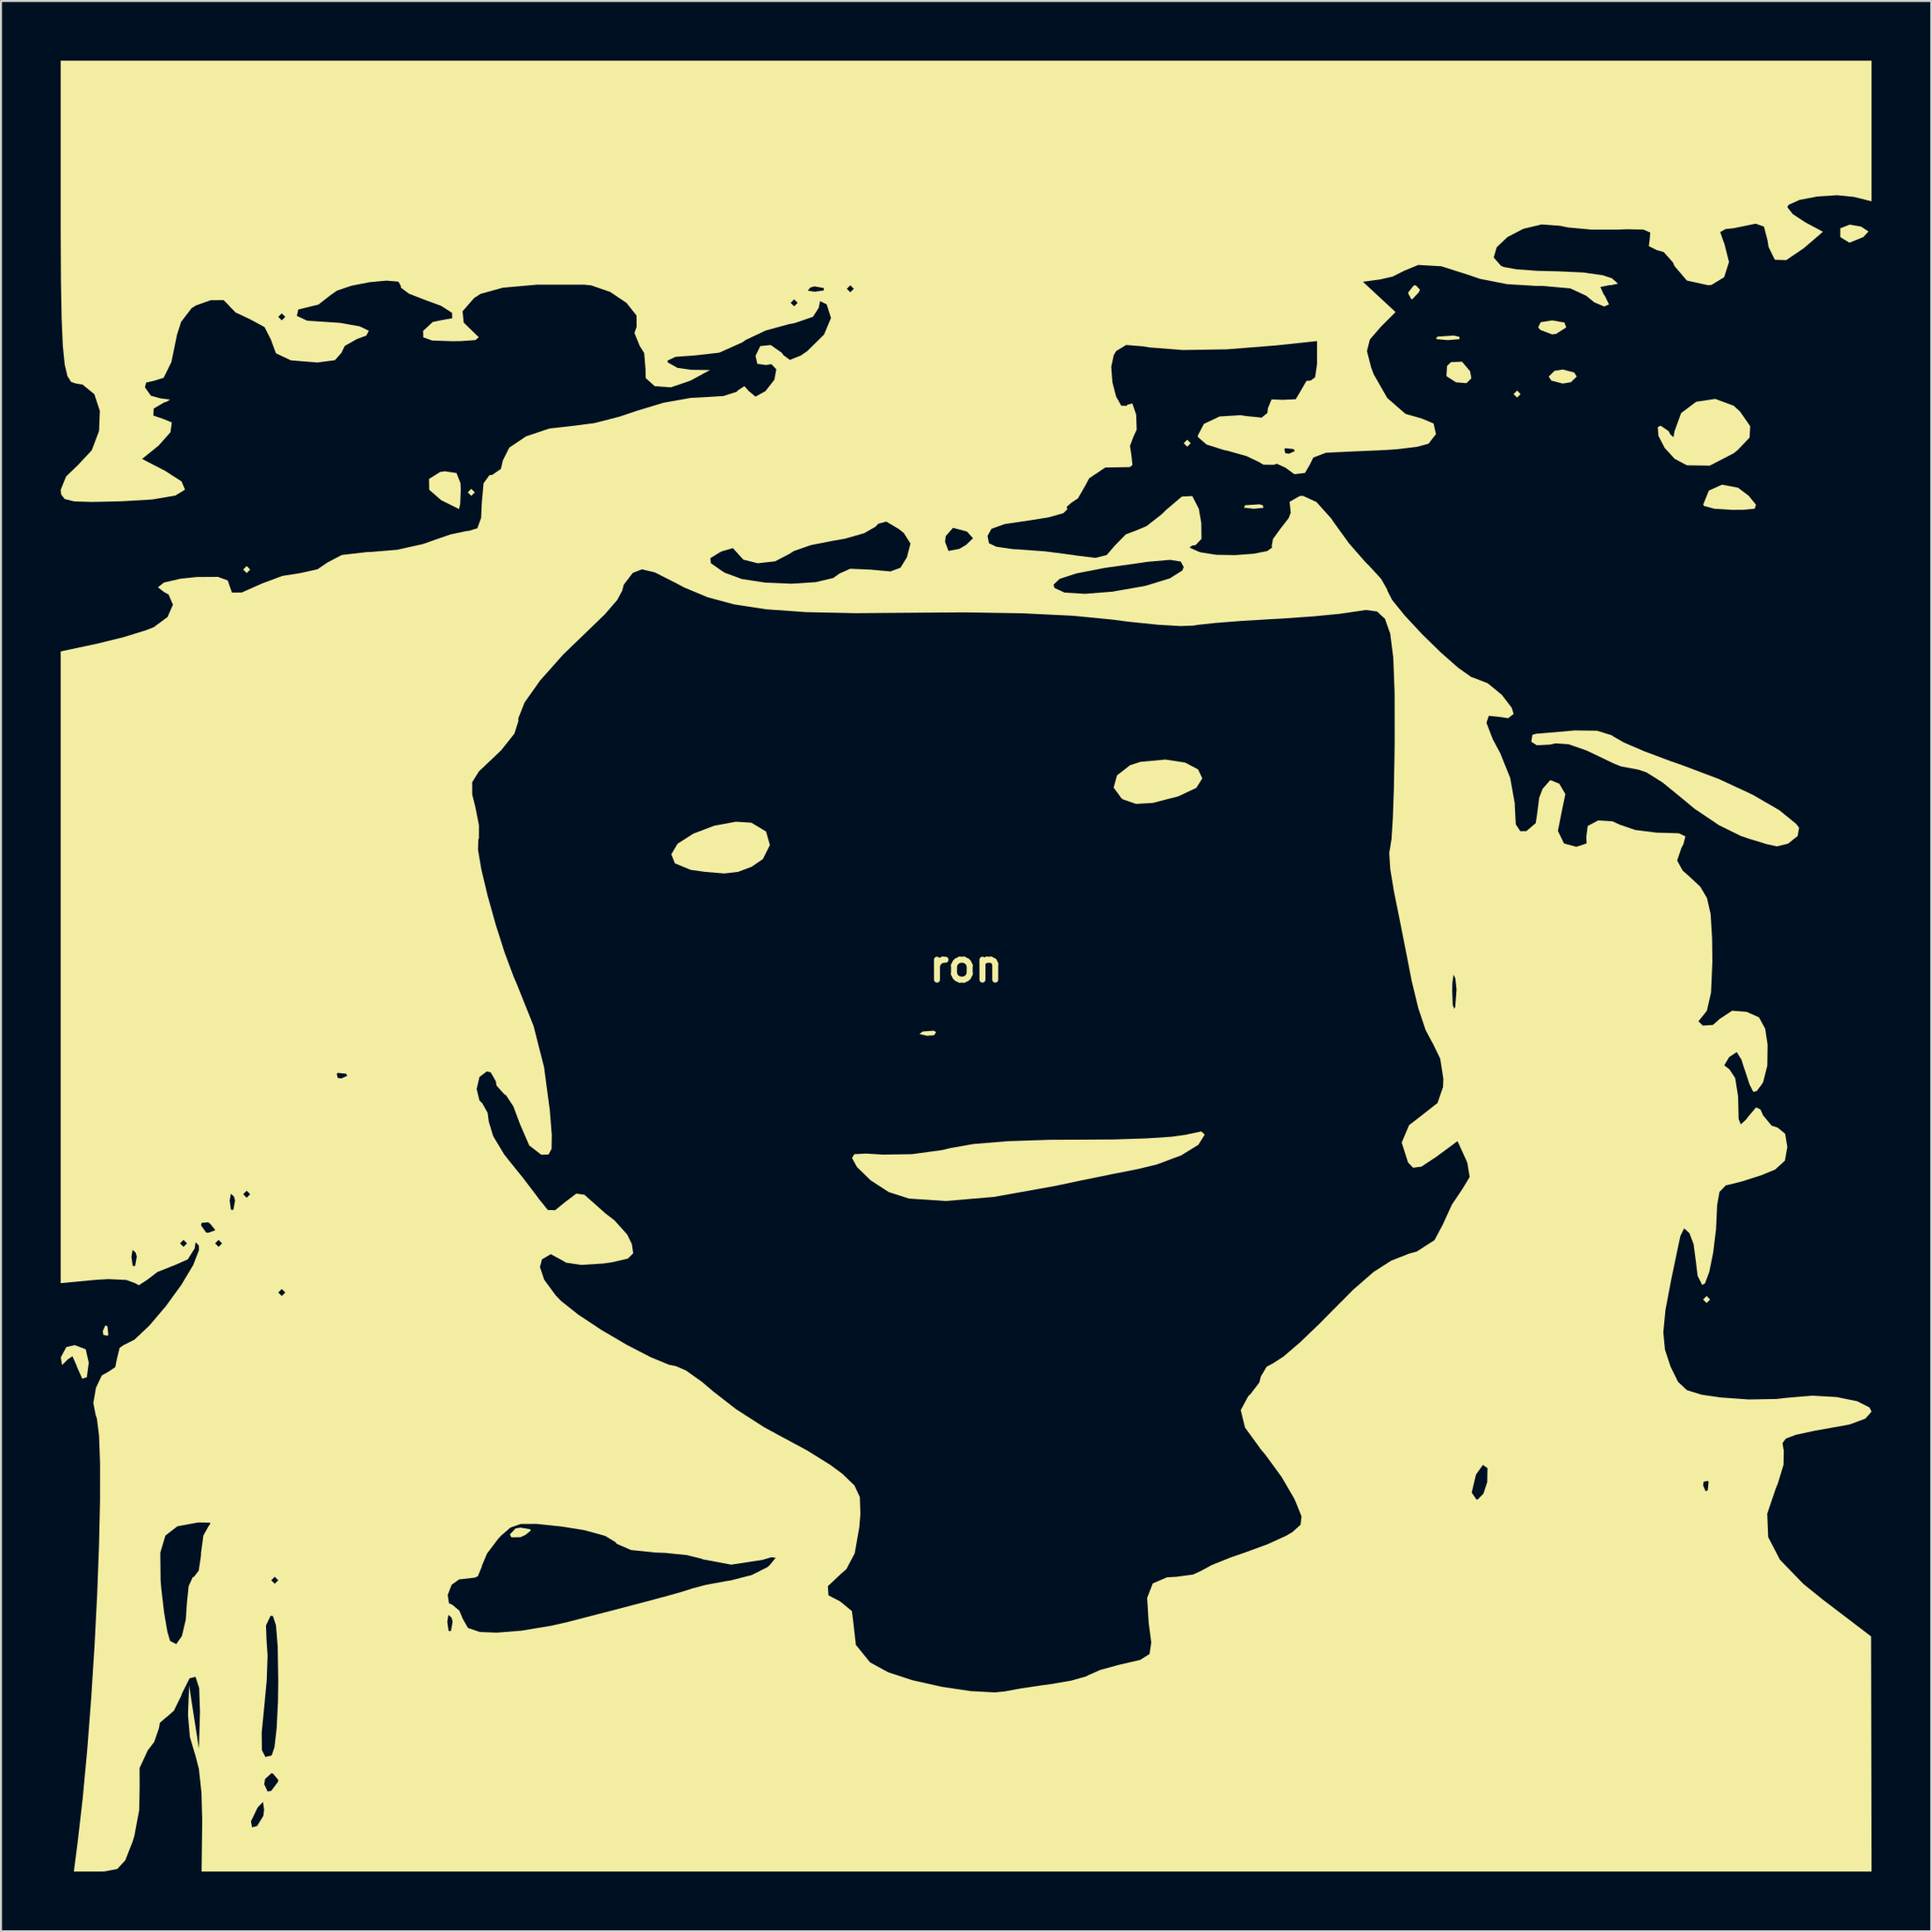
<source format=kicad_pcb>
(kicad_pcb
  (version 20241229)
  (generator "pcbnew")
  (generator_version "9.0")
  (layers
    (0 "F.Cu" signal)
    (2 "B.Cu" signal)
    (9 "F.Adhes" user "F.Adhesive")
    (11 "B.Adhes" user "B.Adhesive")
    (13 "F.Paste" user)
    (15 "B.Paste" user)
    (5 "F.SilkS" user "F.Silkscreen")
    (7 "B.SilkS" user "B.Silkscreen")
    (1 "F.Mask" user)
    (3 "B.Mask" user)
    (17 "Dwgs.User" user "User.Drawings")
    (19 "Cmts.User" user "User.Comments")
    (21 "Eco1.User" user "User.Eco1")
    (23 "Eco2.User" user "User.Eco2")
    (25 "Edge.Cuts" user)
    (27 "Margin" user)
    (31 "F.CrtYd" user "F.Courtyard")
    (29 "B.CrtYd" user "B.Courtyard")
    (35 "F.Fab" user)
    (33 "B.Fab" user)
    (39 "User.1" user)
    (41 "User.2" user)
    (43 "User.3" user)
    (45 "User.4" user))
  (footprint "ron"
    (layer "F.Cu")
    (at 45.508 45.508)
    (property "Reference" "ron" (at 0 0 0) (layer "F.SilkS") (effects (font (size 1.5 1.5) (thickness 0.3))))
    (attr board_only exclude_from_pos_files exclude_from_bom)
    (fp_poly (pts (xy -35.983 -19.932) (xy -36.16 -19.756) (xy -36.336 -19.932) (xy -36.16 -20.108)) (stroke (width 0) (type solid)) (fill yes) (layer "F.SilkS"))
    (fp_poly (pts (xy -24.694 -23.812) (xy -24.871 -23.636) (xy -25.047 -23.812) (xy -24.871 -23.989)) (stroke (width 0) (type solid)) (fill yes) (layer "F.SilkS"))
    (fp_poly (pts (xy 11.289 -26.282) (xy 11.113 -26.106) (xy 10.936 -26.282) (xy 11.113 -26.458)) (stroke (width 0) (type solid)) (fill yes) (layer "F.SilkS"))
    (fp_poly (pts (xy 27.869 -28.751) (xy 27.693 -28.575) (xy 27.517 -28.751) (xy 27.693 -28.928)) (stroke (width 0) (type solid)) (fill yes) (layer "F.SilkS"))
    (fp_poly (pts (xy 37.394 16.757) (xy 37.218 16.933) (xy 37.042 16.757) (xy 37.218 16.581)) (stroke (width 0) (type solid)) (fill yes) (layer "F.SilkS"))
    (fp_poly (pts (xy -43.156 18.109) (xy -43.114 18.528) (xy -43.156 18.58) (xy -43.366 18.531) (xy -43.392 18.344) (xy -43.263 18.054)) (stroke (width 0) (type solid)) (fill yes) (layer "F.SilkS"))
    (fp_poly (pts (xy -1.507 3.315) (xy -1.612 3.475) (xy -1.97 3.5) (xy -2.346 3.414) (xy -2.183 3.287) (xy -1.631 3.245)) (stroke (width 0) (type solid)) (fill yes) (layer "F.SilkS"))
    (fp_poly (pts (xy 14.905 -23.164) (xy 14.949 -23.035) (xy 14.464 -22.986) (xy 13.963 -23.042) (xy 14.023 -23.164) (xy 14.745 -23.211)) (stroke (width 0) (type solid)) (fill yes) (layer "F.SilkS"))
    (fp_poly (pts (xy -21.931 28.298) (xy -21.872 28.361) (xy -22.148 28.588) (xy -22.401 28.703) (xy -22.856 28.71) (xy -22.931 28.564) (xy -22.645 28.261) (xy -22.401 28.222)) (stroke (width 0) (type solid)) (fill yes) (layer "F.SilkS"))
    (fp_poly (pts (xy 22.809 -34.003) (xy 22.754 -33.867) (xy 22.437 -33.53) (xy 22.381 -33.514) (xy 22.229 -33.787) (xy 22.225 -33.867) (xy 22.496 -34.206) (xy 22.599 -34.219)) (stroke (width 0) (type solid)) (fill yes) (layer "F.SilkS"))
    (fp_poly (pts (xy 24.789 -31.629) (xy 24.801 -31.513) (xy 24.249 -31.466) (xy 24.165 -31.466) (xy 23.618 -31.517) (xy 23.67 -31.624) (xy 23.731 -31.642) (xy 24.499 -31.693)) (stroke (width 0) (type solid)) (fill yes) (layer "F.SilkS"))
    (fp_poly (pts (xy 30.07 -32.346) (xy 30.163 -32.103) (xy 29.651 -31.775) (xy 29.457 -31.75) (xy 28.865 -31.974) (xy 28.751 -32.103) (xy 28.878 -32.363) (xy 29.457 -32.456)) (stroke (width 0) (type solid)) (fill yes) (layer "F.SilkS"))
    (fp_poly (pts (xy 30.559 -29.838) (xy 30.692 -29.633) (xy 30.396 -29.347) (xy 29.986 -29.281) (xy 29.413 -29.428) (xy 29.281 -29.633) (xy 29.576 -29.92) (xy 29.986 -29.986)) (stroke (width 0) (type solid)) (fill yes) (layer "F.SilkS"))
    (fp_poly (pts (xy 44.977 -37.17) (xy 45.355 -36.924) (xy 45.097 -36.645) (xy 44.398 -36.358) (xy 43.961 -36.625) (xy 43.936 -36.665) (xy 43.938 -37.083) (xy 44.407 -37.268)) (stroke (width 0) (type solid)) (fill yes) (layer "F.SilkS"))
    (fp_poly (pts (xy 25.328 -29.901) (xy 25.395 -29.545) (xy 25.147 -29.3) (xy 24.621 -29.342) (xy 24.167 -29.635) (xy 24.141 -29.673) (xy 24.173 -30.165) (xy 24.375 -30.36) (xy 24.925 -30.378)) (stroke (width 0) (type solid)) (fill yes) (layer "F.SilkS"))
    (fp_poly (pts (xy -25.615 -24.783) (xy -25.412 -24.272) (xy -25.4 -23.93) (xy -25.427 -23.228) (xy -25.488 -22.974) (xy -25.833 -23.144) (xy -26.379 -23.414) (xy -26.986 -23.943) (xy -26.995 -24.487) (xy -26.432 -24.837) (xy -26.194 -24.871)) (stroke (width 0) (type solid)) (fill yes) (layer "F.SilkS"))
    (fp_poly (pts (xy 38.795 -24.046) (xy 39.333 -23.639) (xy 39.698 -23.192) (xy 39.636 -22.989) (xy 39.035 -22.933) (xy 38.507 -22.931) (xy 37.605 -22.987) (xy 37.092 -23.129) (xy 37.047 -23.195) (xy 37.33 -23.899) (xy 37.99 -24.198)) (stroke (width 0) (type solid)) (fill yes) (layer "F.SilkS"))
    (fp_poly (pts (xy -44.25 19.257) (xy -44.097 19.932) (xy -44.194 20.663) (xy -44.424 20.736) (xy -44.695 20.129) (xy -44.708 20.079) (xy -44.917 19.606) (xy -45.181 19.786) (xy -45.199 19.814) (xy -45.439 20.051) (xy -45.503 19.667) (xy -45.224 19.147) (xy -44.803 19.05)) (stroke (width 0) (type solid)) (fill yes) (layer "F.SilkS"))
    (fp_poly (pts (xy -10.795 -7.209) (xy -10.057 -6.766) (xy -9.862 -6.085) (xy -10.213 -5.382) (xy -10.776 -4.996) (xy -11.46 -4.738) (xy -12.155 -4.657) (xy -13.131 -4.737) (xy -13.847 -4.839) (xy -14.636 -5.165) (xy -14.817 -5.62) (xy -14.503 -6.151) (xy -13.708 -6.659) (xy -12.657 -7.058) (xy -11.571 -7.258)) (stroke (width 0) (type solid)) (fill yes) (layer "F.SilkS"))
    (fp_poly (pts (xy 11.01 -10.229) (xy 11.657 -9.888) (xy 11.872 -9.437) (xy 11.568 -8.958) (xy 10.658 -8.531) (xy 10.645 -8.527) (xy 9.38 -8.202) (xy 8.54 -8.153) (xy 7.904 -8.372) (xy 7.815 -8.426) (xy 7.415 -8.973) (xy 7.586 -9.588) (xy 8.238 -10.097) (xy 8.763 -10.266) (xy 10.016 -10.382)) (stroke (width 0) (type solid)) (fill yes) (layer "F.SilkS"))
    (fp_poly (pts (xy 38.58 -28.164) (xy 38.904 -27.865) (xy 39.41 -27.133) (xy 39.377 -26.564) (xy 38.77 -25.93) (xy 38.582 -25.778) (xy 37.374 -25.154) (xy 36.226 -25.171) (xy 35.609 -25.499) (xy 35.11 -26.046) (xy 34.795 -26.656) (xy 34.766 -27.089) (xy 34.907 -27.164) (xy 35.307 -26.889) (xy 35.397 -26.723) (xy 35.554 -26.582) (xy 35.603 -26.874) (xy 35.938 -27.797) (xy 36.695 -28.365) (xy 37.65 -28.509)) (stroke (width 0) (type solid)) (fill yes) (layer "F.SilkS"))
    (fp_poly (pts (xy 11.994 8.467) (xy 11.672 8.981) (xy 10.813 9.51) (xy 9.578 9.972) (xy 8.622 10.202) (xy 7.334 10.456) (xy 5.736 10.782) (xy 4.41 11.061) (xy 1.402 11.599) (xy -1.033 11.806) (xy -2.877 11.682) (xy -3.885 11.359) (xy -4.802 10.764) (xy -5.471 10.113) (xy -5.511 10.054) (xy -5.734 9.643) (xy -5.617 9.452) (xy -5.029 9.422) (xy -4.184 9.473) (xy -2.724 9.452) (xy -1.217 9.248) (xy -0.783 9.144) (xy 0.371 8.941) (xy 2.085 8.799) (xy 4.216 8.728) (xy 5.596 8.723) (xy 7.427 8.712) (xy 9.062 8.66) (xy 10.34 8.575) (xy 11.103 8.465) (xy 11.175 8.443) (xy 11.822 8.31)) (stroke (width 0) (type solid)) (fill yes) (layer "F.SilkS"))
    (fp_poly (pts (xy 31.704 -11.832) (xy 32.458 -11.6) (xy 32.525 -11.546) (xy 33.054 -11.242) (xy 34.072 -10.803) (xy 35.396 -10.306) (xy 35.983 -10.103) (xy 37.851 -9.396) (xy 39.528 -8.616) (xy 40.866 -7.84) (xy 41.719 -7.148) (xy 41.865 -6.957) (xy 41.793 -6.538) (xy 41.307 -6.153) (xy 40.746 -6.019) (xy 40.217 -6.136) (xy 39.311 -6.414) (xy 38.941 -6.54) (xy 37.842 -7.081) (xy 36.612 -7.91) (xy 35.943 -8.464) (xy 35.006 -9.229) (xy 34.187 -9.742) (xy 33.774 -9.878) (xy 32.917 -10.037) (xy 32.539 -10.189) (xy 31.197 -10.832) (xy 30.284 -11.151) (xy 29.631 -11.197) (xy 29.352 -11.135) (xy 28.684 -11.101) (xy 28.407 -11.275) (xy 28.462 -11.623) (xy 28.642 -11.677) (xy 29.269 -11.729) (xy 30.263 -11.817) (xy 30.585 -11.846)) (stroke (width 0) (type solid)) (fill yes) (layer "F.SilkS"))
    (fp_poly (pts (xy 45.508 -41.974) (xy 45.508 -38.439) (xy 44.624 -38.661) (xy 43.782 -38.746) (xy 42.789 -38.684) (xy 41.894 -38.511) (xy 41.344 -38.268) (xy 41.275 -38.144) (xy 41.552 -37.795) (xy 42.169 -37.388) (xy 43.064 -36.909) (xy 42.105 -36.085) (xy 41.221 -35.485) (xy 40.646 -35.502) (xy 40.331 -36.149) (xy 40.278 -36.486) (xy 40.1 -37.171) (xy 39.681 -37.316) (xy 39.396 -37.257) (xy 38.576 -37.087) (xy 38.176 -37.046) (xy 37.902 -36.896) (xy 38.089 -36.356) (xy 38.107 -36.323) (xy 38.343 -35.391) (xy 38.099 -34.624) (xy 37.459 -34.237) (xy 37.282 -34.225) (xy 36.224 -34.458) (xy 35.596 -35.197) (xy 35.528 -35.366) (xy 35.063 -35.889) (xy 34.722 -35.983) (xy 34.314 -36.189) (xy 34.36 -36.545) (xy 34.385 -36.869) (xy 34.041 -37.019) (xy 33.188 -37.035) (xy 32.722 -37.015) (xy 31.431 -37.017) (xy 30.262 -37.125) (xy 29.845 -37.211) (xy 28.927 -37.278) (xy 28.004 -37.057) (xy 27.207 -36.642) (xy 26.667 -36.13) (xy 26.516 -35.616) (xy 26.884 -35.197) (xy 27.016 -35.139) (xy 27.654 -35.024) (xy 28.736 -34.944) (xy 29.75 -34.92) (xy 30.994 -34.864) (xy 31.997 -34.724) (xy 32.456 -34.572) (xy 32.767 -34.303) (xy 32.425 -34.226) (xy 32.324 -34.225) (xy 31.879 -34.133) (xy 32.043 -33.763) (xy 32.103 -33.69) (xy 32.311 -33.259) (xy 32.072 -33.151) (xy 31.568 -33.365) (xy 31.169 -33.691) (xy 30.371 -34.062) (xy 28.942 -34.19) (xy 28.637 -34.188) (xy 27.19 -34.276) (xy 25.83 -34.542) (xy 25.323 -34.716) (xy 23.894 -35.173) (xy 22.729 -35.242) (xy 22.031 -34.955) (xy 21.442 -34.659) (xy 20.82 -34.514) (xy 19.943 -34.396) (xy 20.763 -33.634) (xy 21.584 -32.873) (xy 20.846 -32.135) (xy 20.294 -31.496) (xy 20.147 -30.916) (xy 20.357 -30.091) (xy 20.484 -29.749) (xy 21.168 -28.552) (xy 22.082 -27.757) (xy 22.916 -27.517) (xy 23.496 -27.271) (xy 23.615 -26.74) (xy 23.239 -26.254) (xy 22.685 -26.105) (xy 21.682 -25.981) (xy 20.857 -25.928) (xy 19.598 -25.874) (xy 18.521 -25.823) (xy 18.08 -25.8) (xy 17.45 -25.561) (xy 17.286 -25.224) (xy 17.031 -24.787) (xy 16.497 -24.726) (xy 16.048 -25.053) (xy 15.615 -25.25) (xy 15.482 -25.199) (xy 14.945 -25.201) (xy 14.713 -25.338) (xy 14.1 -25.632) (xy 13.144 -25.901) (xy 12.965 -25.937) (xy 12.803 -25.988) (xy 15.993 -25.988) (xy 16.041 -25.778) (xy 16.228 -25.753) (xy 16.518 -25.882) (xy 16.463 -25.988) (xy 16.044 -26.03) (xy 15.993 -25.988) (xy 12.803 -25.988) (xy 12.086 -26.215) (xy 11.655 -26.587) (xy 11.642 -26.662) (xy 11.952 -27.253) (xy 12.74 -27.625) (xy 13.79 -27.69) (xy 14.082 -27.646) (xy 14.851 -27.567) (xy 15.143 -27.801) (xy 15.169 -28.043) (xy 15.352 -28.484) (xy 15.914 -28.463) (xy 16.569 -28.493) (xy 16.836 -28.947) (xy 17.107 -29.414) (xy 17.326 -29.432) (xy 17.54 -29.596) (xy 17.638 -30.257) (xy 17.639 -30.327) (xy 17.639 -31.416) (xy 15.61 -31.199) (xy 13.094 -31) (xy 10.906 -30.965) (xy 9.208 -31.097) (xy 8.915 -31.148) (xy 8.04 -31.219) (xy 7.549 -30.919) (xy 7.421 -30.716) (xy 7.293 -30.115) (xy 7.351 -29.351) (xy 7.538 -28.632) (xy 7.797 -28.167) (xy 8.07 -28.162) (xy 8.113 -28.221) (xy 8.355 -28.279) (xy 8.548 -27.717) (xy 8.573 -26.965) (xy 8.405 -26.597) (xy 8.236 -26.146) (xy 8.303 -25.714) (xy 8.36 -25.189) (xy 8.229 -25.08) (xy 6.995 -25.06) (xy 6.186 -24.519) (xy 5.997 -24.165) (xy 5.622 -23.511) (xy 5.28 -23.283) (xy 5.049 -23.076) (xy 5.094 -22.965) (xy 4.883 -22.763) (xy 4.138 -22.553) (xy 3.174 -22.401) (xy 1.934 -22.216) (xy 1.275 -21.98) (xy 1.076 -21.622) (xy 1.147 -21.255) (xy 1.52 -21.078) (xy 2.342 -20.96) (xy 2.646 -20.944) (xy 3.98 -20.845) (xy 5.376 -20.663) (xy 5.527 -20.637) (xy 6.506 -20.519) (xy 7.065 -20.66) (xy 7.464 -21.124) (xy 8.027 -21.701) (xy 8.486 -21.872) (xy 9.065 -22.112) (xy 9.829 -22.709) (xy 10.056 -22.933) (xy 10.842 -23.599) (xy 11.367 -23.625) (xy 11.694 -22.991) (xy 11.82 -22.276) (xy 11.83 -21.473) (xy 11.533 -21.161) (xy 11.36 -21.136) (xy 11.228 -21.037) (xy 11.686 -20.831) (xy 11.811 -20.792) (xy 12.568 -20.673) (xy 13.515 -20.657) (xy 14.44 -20.725) (xy 15.135 -20.861) (xy 15.388 -21.045) (xy 15.357 -21.097) (xy 15.421 -21.463) (xy 15.786 -21.969) (xy 16.216 -22.523) (xy 16.316 -22.791) (xy 16.259 -23.336) (xy 16.765 -23.626) (xy 16.929 -23.636) (xy 17.607 -23.327) (xy 18.354 -22.494) (xy 18.474 -22.313) (xy 19.243 -21.251) (xy 20.076 -20.297) (xy 20.243 -20.135) (xy 20.861 -19.46) (xy 21.161 -18.931) (xy 21.167 -18.883) (xy 21.411 -18.405) (xy 22.042 -17.625) (xy 22.907 -16.695) (xy 23.854 -15.768) (xy 24.731 -14.996) (xy 25.384 -14.533) (xy 25.584 -14.464) (xy 26.218 -14.215) (xy 26.923 -13.637) (xy 27.425 -12.982) (xy 27.517 -12.676) (xy 27.242 -12.46) (xy 26.811 -12.524) (xy 26.269 -12.579) (xy 26.154 -12.228) (xy 26.466 -11.412) (xy 26.852 -10.688) (xy 27.346 -9.458) (xy 27.576 -8.179) (xy 27.579 -8.009) (xy 27.627 -7.125) (xy 27.854 -6.783) (xy 28.156 -6.783) (xy 28.628 -7.185) (xy 28.69 -7.584) (xy 28.804 -8.467) (xy 28.979 -8.916) (xy 29.362 -9.351) (xy 29.815 -9.168) (xy 30.118 -8.645) (xy 29.953 -7.849) (xy 29.744 -6.796) (xy 30.052 -6.164) (xy 30.67 -5.997) (xy 31.184 -6.165) (xy 31.173 -6.523) (xy 31.243 -7.042) (xy 31.762 -7.321) (xy 32.49 -7.276) (xy 32.85 -7.111) (xy 33.622 -6.845) (xy 34.697 -6.708) (xy 34.933 -6.703) (xy 35.825 -6.675) (xy 36.152 -6.521) (xy 36.053 -6.134) (xy 35.949 -5.933) (xy 35.738 -5.308) (xy 36.01 -4.804) (xy 36.36 -4.495) (xy 36.899 -3.992) (xy 37.236 -3.424) (xy 37.419 -2.619) (xy 37.494 -1.403) (xy 37.508 -0.235) (xy 37.441 1.328) (xy 37.232 2.243) (xy 37.064 2.455) (xy 36.807 2.774) (xy 37.027 2.99) (xy 37.537 2.955) (xy 37.873 2.656) (xy 38.503 2.24) (xy 39.226 2.297) (xy 39.85 2.575) (xy 40.161 3.145) (xy 40.283 3.946) (xy 40.269 5) (xy 40.061 5.824) (xy 39.99 5.945) (xy 39.737 6.278) (xy 39.564 6.32) (xy 39.379 5.954) (xy 39.086 5.068) (xy 38.97 4.704) (xy 38.732 4.319) (xy 38.353 4.571) (xy 38.104 4.987) (xy 38.365 5.189) (xy 38.654 5.626) (xy 38.799 6.536) (xy 38.806 6.8) (xy 38.827 7.68) (xy 38.934 7.955) (xy 39.192 7.721) (xy 39.31 7.564) (xy 39.705 7.102) (xy 39.928 7.208) (xy 40.053 7.497) (xy 40.484 8.018) (xy 40.784 8.114) (xy 41.165 8.427) (xy 41.275 9.086) (xy 41.154 9.778) (xy 40.664 10.224) (xy 39.952 10.516) (xy 38.991 10.822) (xy 38.282 11) (xy 38.188 11.014) (xy 37.865 11.349) (xy 37.747 12.004) (xy 37.692 13.213) (xy 37.549 14.396) (xy 37.352 15.369) (xy 37.136 15.948) (xy 36.995 16.022) (xy 36.765 15.565) (xy 36.683 14.884) (xy 36.563 13.972) (xy 36.355 13.424) (xy 36.09 13.179) (xy 35.903 13.554) (xy 35.853 13.777) (xy 35.642 14.788) (xy 35.45 15.699) (xy 35.149 17.286) (xy 35.042 18.409) (xy 35.126 19.281) (xy 35.401 20.116) (xy 35.417 20.154) (xy 35.782 20.896) (xy 36.227 21.313) (xy 36.974 21.543) (xy 37.93 21.681) (xy 39.337 21.78) (xy 40.713 21.757) (xy 41.294 21.693) (xy 42.532 21.59) (xy 43.76 21.66) (xy 44.783 21.869) (xy 45.407 22.185) (xy 45.508 22.393) (xy 45.196 22.744) (xy 44.418 23.033) (xy 44.185 23.08) (xy 42.656 23.351) (xy 41.702 23.557) (xy 41.202 23.747) (xy 41.034 23.971) (xy 41.079 24.277) (xy 41.097 24.336) (xy 41.084 25.058) (xy 40.794 26.02) (xy 40.711 26.206) (xy 40.264 27.523) (xy 40.312 28.696) (xy 40.903 29.835) (xy 42.08 31.051) (xy 43.041 31.827) (xy 45.485 33.69) (xy 45.497 39.599) (xy 45.508 45.508) (xy 3.541 45.508) (xy -38.425 45.508) (xy -38.396 42.98) (xy -35.942 42.98) (xy -35.89 43.288) (xy -35.631 43.215) (xy -35.324 42.712) (xy -35.283 42.401) (xy -35.34 42.006) (xy -35.584 42.262) (xy -35.631 42.333) (xy -35.942 42.98) (xy -38.396 42.98) (xy -38.395 42.921) (xy -38.433 41.537) (xy -38.478 41.119) (xy -35.278 41.119) (xy -35.107 41.485) (xy -34.925 41.451) (xy -34.586 41) (xy -34.572 40.901) (xy -34.841 40.579) (xy -34.925 40.569) (xy -35.235 40.857) (xy -35.278 41.119) (xy -38.478 41.119) (xy -38.561 40.352) (xy -38.752 39.612) (xy -38.762 39.593) (xy -39.014 38.745) (xy -39.109 37.647) (xy -39.105 37.506) (xy -39.052 36.16) (xy -38.806 37.747) (xy -38.559 39.335) (xy -38.536 38.528) (xy -35.406 38.528) (xy -35.396 39.404) (xy -35.218 39.75) (xy -34.901 39.672) (xy -34.762 39.255) (xy -34.652 38.293) (xy -34.586 36.947) (xy -34.572 35.942) (xy -34.6 34.207) (xy -34.688 33.129) (xy -34.745 32.955) (xy -26.078 32.955) (xy -26.013 33.413) (xy -25.892 33.418) (xy -25.808 32.946) (xy -25.865 32.742) (xy -26.021 32.609) (xy -26.078 32.955) (xy -34.745 32.955) (xy -34.841 32.663) (xy -34.961 32.654) (xy -35.188 33.14) (xy -35.164 33.821) (xy -35.109 34.659) (xy -35.153 35.9) (xy -35.259 37.042) (xy -35.406 38.528) (xy -38.536 38.528) (xy -38.506 37.483) (xy -38.546 36.291) (xy -38.731 35.72) (xy -39.029 35.796) (xy -39.407 36.546) (xy -39.458 36.689) (xy -39.818 37.423) (xy -40.184 37.746) (xy -40.198 37.747) (xy -40.523 38.034) (xy -40.569 38.302) (xy -40.804 38.986) (xy -41.131 39.417) (xy -41.544 40.309) (xy -41.54 41.244) (xy -41.561 42.407) (xy -41.803 43.711) (xy -41.894 44.009) (xy -42.261 44.943) (xy -42.665 45.379) (xy -43.321 45.504) (xy -43.623 45.508) (xy -44.846 45.508) (xy -44.652 44.009) (xy -44.402 41.84) (xy -44.175 39.405) (xy -43.975 36.807) (xy -43.806 34.15) (xy -43.672 31.537) (xy -43.594 29.487) (xy -40.502 29.487) (xy -40.486 30.881) (xy -40.454 31.259) (xy -40.309 32.497) (xy -40.144 33.465) (xy -40.008 33.919) (xy -39.699 34.077) (xy -39.415 33.67) (xy -39.218 32.836) (xy -39.164 32.015) (xy -39.122 31.603) (xy -26.055 31.603) (xy -25.993 32.025) (xy -25.82 32.103) (xy -25.469 32.397) (xy -25.298 32.808) (xy -25.037 33.265) (xy -24.442 33.468) (xy -23.581 33.501) (xy -22.342 33.4) (xy -20.855 33.155) (xy -20.022 32.965) (xy -17.829 32.397) (xy -16.22 31.976) (xy -15.095 31.675) (xy -14.354 31.467) (xy -13.896 31.325) (xy -13.758 31.276) (xy -13.078 31.099) (xy -12.064 30.911) (xy -11.819 30.873) (xy -10.776 30.606) (xy -9.985 30.207) (xy -9.878 30.113) (xy -9.57 29.737) (xy -9.788 29.71) (xy -10.231 29.842) (xy -11.806 30.083) (xy -13.233 29.816) (xy -13.319 29.779) (xy -14.032 29.604) (xy -15.118 29.492) (xy -15.626 29.473) (xy -16.844 29.348) (xy -17.553 29.039) (xy -17.624 28.953) (xy -18.139 28.638) (xy -19.186 28.35) (xy -20.308 28.17) (xy -21.589 28.034) (xy -22.385 28.038) (xy -22.909 28.223) (xy -23.373 28.627) (xy -23.514 28.777) (xy -24.08 29.526) (xy -24.34 30.144) (xy -24.342 30.181) (xy -24.541 30.666) (xy -24.694 30.736) (xy -25.371 30.812) (xy -25.483 30.824) (xy -25.857 31.095) (xy -26.055 31.603) (xy -39.122 31.603) (xy -39.077 31.164) (xy -38.941 30.868) (xy -34.925 30.868) (xy -34.749 31.044) (xy -34.572 30.868) (xy -34.749 30.692) (xy -34.925 30.868) (xy -38.941 30.868) (xy -38.869 30.713) (xy -38.806 30.692) (xy -38.57 30.382) (xy -38.455 29.623) (xy -38.453 29.486) (xy -38.336 28.618) (xy -38.05 28.106) (xy -38.012 28.084) (xy -37.995 27.972) (xy -38.541 27.961) (xy -38.629 27.967) (xy -39.643 28.156) (xy -40.245 28.621) (xy -40.502 29.487) (xy -43.594 29.487) (xy -43.579 29.07) (xy -43.529 26.853) (xy -43.528 24.989) (xy -43.58 23.58) (xy -43.689 22.73) (xy -43.749 22.571) (xy -43.867 21.958) (xy -43.735 21.195) (xy -43.44 20.572) (xy -43.087 20.373) (xy -42.764 20.156) (xy -42.686 19.756) (xy -42.544 19.182) (xy -42.348 19.05) (xy -41.801 18.776) (xy -41.049 18.066) (xy -40.221 17.091) (xy -39.722 16.404) (xy -34.572 16.404) (xy -34.396 16.581) (xy -34.219 16.404) (xy -34.396 16.228) (xy -34.572 16.404) (xy -39.722 16.404) (xy -39.443 16.02) (xy -38.846 15.024) (xy -38.556 14.271) (xy -38.566 14.04) (xy -38.667 13.935) (xy -37.747 13.935) (xy -37.571 14.111) (xy -37.394 13.935) (xy -37.571 13.758) (xy -37.747 13.935) (xy -38.667 13.935) (xy -38.725 13.874) (xy -38.778 14.193) (xy -39.122 14.742) (xy -39.776 15.029) (xy -40.644 15.372) (xy -41.153 15.762) (xy -41.58 16.039) (xy -41.767 15.936) (xy -42.208 15.774) (xy -43.106 15.731) (xy -43.741 15.768) (xy -45.508 15.934) (xy -45.508 14.611) (xy -41.953 14.611) (xy -41.888 15.068) (xy -41.767 15.074) (xy -41.683 14.602) (xy -41.74 14.398) (xy -41.896 14.264) (xy -41.953 14.611) (xy -45.508 14.611) (xy -45.508 13.935) (xy -39.511 13.935) (xy -39.335 14.111) (xy -39.158 13.935) (xy -39.335 13.758) (xy -39.511 13.935) (xy -45.508 13.935) (xy -45.508 13.032) (xy -38.453 13.032) (xy -38.197 13.391) (xy -38.1 13.406) (xy -37.756 13.285) (xy -37.747 13.25) (xy -37.994 12.949) (xy -38.1 12.876) (xy -38.425 12.904) (xy -38.453 13.032) (xy -45.508 13.032) (xy -45.508 11.789) (xy -37.014 11.789) (xy -36.949 12.246) (xy -36.829 12.252) (xy -36.744 11.78) (xy -36.801 11.576) (xy -36.93 11.465) (xy -36.336 11.465) (xy -36.16 11.642) (xy -35.983 11.465) (xy -36.16 11.289) (xy -36.336 11.465) (xy -36.93 11.465) (xy -36.957 11.442) (xy -37.014 11.789) (xy -45.508 11.789) (xy -45.508 5.409) (xy -31.632 5.409) (xy -31.584 5.619) (xy -31.397 5.644) (xy -31.107 5.515) (xy -31.162 5.409) (xy -31.581 5.367) (xy -31.632 5.409) (xy -45.508 5.409) (xy -45.508 0.058) (xy -45.508 -9.236) (xy -24.828 -9.236) (xy -24.822 -8.62) (xy -24.671 -8.017) (xy -24.486 -7.081) (xy -24.488 -6.428) (xy -24.519 -6.348) (xy -24.534 -5.844) (xy -24.362 -4.849) (xy -24.049 -3.537) (xy -23.642 -2.082) (xy -23.188 -0.66) (xy -22.733 0.557) (xy -22.591 0.882) (xy -21.741 3.005) (xy -21.212 5.083) (xy -20.926 7.233) (xy -20.825 8.485) (xy -20.835 9.18) (xy -20.984 9.465) (xy -21.302 9.482) (xy -21.366 9.47) (xy -21.958 9.013) (xy -22.417 7.955) (xy -22.756 7.049) (xy -23.124 6.491) (xy -23.221 6.43) (xy -23.601 6.005) (xy -23.636 5.791) (xy -23.892 5.342) (xy -24.09 5.292) (xy -24.461 5.573) (xy -24.601 6.18) (xy -24.459 6.756) (xy -24.319 6.893) (xy -24.048 7.375) (xy -23.989 7.824) (xy -23.772 8.542) (xy -23.229 9.447) (xy -23.019 9.718) (xy -22.25 10.672) (xy -21.579 11.554) (xy -21.47 11.705) (xy -21.022 12.259) (xy -20.656 12.268) (xy -20.163 11.866) (xy -19.591 11.433) (xy -19.185 11.491) (xy -18.872 11.77) (xy -18.096 12.456) (xy -17.672 12.78) (xy -17.033 13.492) (xy -16.799 13.974) (xy -16.732 14.434) (xy -17.004 14.702) (xy -17.77 14.88) (xy -18.228 14.947) (xy -19.353 15.018) (xy -20.11 14.903) (xy -20.247 14.819) (xy -20.875 14.477) (xy -21.319 14.74) (xy -21.419 15.125) (xy -21.207 15.762) (xy -20.616 16.565) (xy -20.348 16.838) (xy -19.495 17.515) (xy -18.337 18.282) (xy -17.064 19.03) (xy -15.867 19.65) (xy -14.936 20.035) (xy -14.579 20.108) (xy -14.071 20.33) (xy -13.272 20.9) (xy -12.698 21.387) (xy -11.559 22.272) (xy -10.152 23.176) (xy -9.257 23.662) (xy -7.99 24.344) (xy -6.828 25.068) (xy -6.213 25.522) (xy -5.614 26.102) (xy -5.343 26.68) (xy -5.314 27.532) (xy -5.37 28.206) (xy -5.598 29.512) (xy -6.02 30.309) (xy -6.3 30.555) (xy -6.949 31.165) (xy -6.917 31.626) (xy -6.329 31.933) (xy -5.742 32.416) (xy -5.676 32.927) (xy -5.541 34.115) (xy -4.827 34.995) (xy -3.926 35.489) (xy -2.713 35.888) (xy -1.242 36.219) (xy 0.23 36.439) (xy 1.443 36.505) (xy 1.94 36.454) (xy 2.725 36.309) (xy 3.838 36.143) (xy 4.233 36.091) (xy 5.272 35.914) (xy 6.02 35.704) (xy 6.174 35.625) (xy 6.738 35.377) (xy 7.646 35.125) (xy 7.761 35.101) (xy 8.752 34.869) (xy 9.218 34.574) (xy 9.307 34) (xy 9.176 33.01) (xy 9.098 31.753) (xy 9.382 31.026) (xy 10.094 30.721) (xy 10.583 30.692) (xy 11.404 30.581) (xy 11.836 30.382) (xy 12.343 30.104) (xy 13.279 29.728) (xy 13.97 29.489) (xy 15.126 29.067) (xy 16.079 28.635) (xy 16.414 28.435) (xy 16.81 28.075) (xy 16.857 27.66) (xy 16.566 26.928) (xy 16.48 26.745) (xy 16.315 26.462) (xy 25.412 26.462) (xy 25.647 26.806) (xy 25.712 26.811) (xy 26.003 26.51) (xy 26.135 26.106) (xy 37.042 26.106) (xy 37.171 26.396) (xy 37.277 26.341) (xy 37.319 25.922) (xy 37.277 25.87) (xy 37.067 25.919) (xy 37.042 26.106) (xy 26.135 26.106) (xy 26.192 25.929) (xy 26.204 25.23) (xy 25.975 25.07) (xy 25.645 25.527) (xy 25.614 25.605) (xy 25.412 26.462) (xy 16.315 26.462) (xy 15.858 25.677) (xy 15.039 24.556) (xy 14.836 24.317) (xy 14.016 23.189) (xy 13.803 22.314) (xy 14.182 21.614) (xy 14.287 21.519) (xy 14.735 20.931) (xy 14.817 20.618) (xy 15.107 20.134) (xy 15.434 19.959) (xy 15.951 19.624) (xy 16.792 18.903) (xy 17.804 17.931) (xy 18.168 17.559) (xy 19.472 16.249) (xy 20.484 15.369) (xy 21.36 14.808) (xy 22.259 14.453) (xy 22.654 14.344) (xy 23.541 13.772) (xy 23.958 12.99) (xy 24.413 11.993) (xy 24.931 11.222) (xy 25.31 10.599) (xy 25.193 9.892) (xy 25.105 9.688) (xy 24.699 8.795) (xy 23.62 9.593) (xy 22.882 10.079) (xy 22.465 10.133) (xy 22.212 9.869) (xy 21.893 8.868) (xy 22.262 7.997) (xy 22.928 7.48) (xy 23.695 6.878) (xy 23.97 6.075) (xy 23.987 5.672) (xy 23.83 4.655) (xy 23.448 3.867) (xy 23.434 3.852) (xy 23.095 3.213) (xy 22.725 2.106) (xy 22.514 1.235) (xy 24.431 1.235) (xy 24.459 1.961) (xy 24.539 2.148) (xy 24.584 2.033) (xy 24.65 1.185) (xy 24.591 0.621) (xy 24.498 0.426) (xy 24.44 0.85) (xy 24.431 1.235) (xy 22.514 1.235) (xy 22.399 0.762) (xy 22.377 0.649) (xy 22.063 -0.957) (xy 21.739 -2.59) (xy 21.497 -3.787) (xy 21.318 -4.88) (xy 21.266 -5.689) (xy 21.311 -5.945) (xy 21.382 -6.392) (xy 21.446 -7.411) (xy 21.498 -8.867) (xy 21.532 -10.627) (xy 21.54 -11.389) (xy 21.536 -13.756) (xy 21.469 -15.501) (xy 21.317 -16.706) (xy 21.053 -17.453) (xy 20.655 -17.823) (xy 20.096 -17.9) (xy 19.635 -17.831) (xy 18.773 -17.706) (xy 17.447 -17.578) (xy 15.895 -17.469) (xy 15.346 -17.439) (xy 13.835 -17.35) (xy 12.527 -17.248) (xy 11.632 -17.15) (xy 11.437 -17.116) (xy 10.776 -17.09) (xy 9.617 -17.16) (xy 8.158 -17.311) (xy 7.38 -17.412) (xy 5.391 -17.608) (xy 2.845 -17.733) (xy -0.11 -17.78) (xy -2.469 -17.763) (xy -5.552 -17.739) (xy -8.039 -17.791) (xy -10.037 -17.933) (xy -11.653 -18.178) (xy -12.994 -18.54) (xy -14.168 -19.031) (xy -14.442 -19.176) (xy 4.396 -19.176) (xy 4.435 -19.01) (xy 4.949 -18.774) (xy 5.979 -18.712) (xy 7.359 -18.821) (xy 8.921 -19.095) (xy 9.074 -19.13) (xy 10.244 -19.491) (xy 10.865 -19.883) (xy 10.936 -20.057) (xy 10.788 -20.335) (xy 10.249 -20.418) (xy 9.175 -20.326) (xy 9.084 -20.314) (xy 6.993 -20.018) (xy 5.551 -19.74) (xy 4.704 -19.464) (xy 4.396 -19.176) (xy -14.442 -19.176) (xy -14.625 -19.273) (xy -15.652 -19.792) (xy -16.294 -19.943) (xy -16.741 -19.769) (xy -16.766 -19.748) (xy -17.208 -19.17) (xy -17.286 -18.871) (xy -17.531 -18.408) (xy -18.164 -17.676) (xy -18.785 -17.075) (xy -20.254 -15.658) (xy -21.415 -14.351) (xy -22.191 -13.252) (xy -22.506 -12.46) (xy -22.503 -12.32) (xy -22.701 -11.69) (xy -23.361 -10.857) (xy -23.719 -10.514) (xy -24.494 -9.78) (xy -24.828 -9.236) (xy -45.508 -9.236) (xy -45.508 -15.817) (xy -43.656 -16.211) (xy -42.388 -16.523) (xy -41.252 -16.871) (xy -40.834 -17.032) (xy -40.137 -17.546) (xy -39.866 -18.166) (xy -40.085 -18.677) (xy -40.305 -18.796) (xy -40.619 -19.04) (xy -40.316 -19.279) (xy -39.483 -19.472) (xy -38.665 -19.557) (xy -37.603 -19.564) (xy -37.111 -19.384) (xy -37.042 -19.181) (xy -36.9 -18.774) (xy -36.404 -18.779) (xy -35.45 -19.202) (xy -35.406 -19.224) (xy -34.375 -19.609) (xy -33.469 -19.753) (xy -32.6 -19.946) (xy -32.103 -20.285) (xy -31.689 -20.502) (xy -12.855 -20.502) (xy -12.829 -20.25) (xy -12.255 -19.85) (xy -12.122 -19.768) (xy -11.273 -19.456) (xy -10.083 -19.273) (xy -8.774 -19.22) (xy -7.565 -19.297) (xy -6.676 -19.508) (xy -6.365 -19.732) (xy -5.826 -19.972) (xy -4.759 -19.926) (xy -4.733 -19.922) (xy -3.804 -19.837) (xy -3.302 -20.021) (xy -2.977 -20.544) (xy -2.797 -21.24) (xy -2.849 -21.322) (xy -1.058 -21.322) (xy -0.886 -20.867) (xy -0.338 -20.972) (xy 0 -21.172) (xy 0.348 -21.506) (xy 0.063 -21.819) (xy 0.017 -21.849) (xy -0.657 -22.029) (xy -1.026 -21.612) (xy -1.058 -21.322) (xy -2.849 -21.322) (xy -3.128 -21.763) (xy -3.383 -21.969) (xy -4.011 -22.342) (xy -4.418 -22.232) (xy -4.557 -22.083) (xy -5.12 -21.761) (xy -6.106 -21.478) (xy -6.694 -21.378) (xy -7.805 -21.159) (xy -8.654 -20.864) (xy -8.893 -20.713) (xy -9.604 -20.344) (xy -10.472 -20.248) (xy -11.193 -20.428) (xy -11.437 -20.691) (xy -11.721 -21.01) (xy -12.287 -20.845) (xy -12.382 -20.795) (xy -12.855 -20.502) (xy -31.689 -20.502) (xy -31.382 -20.663) (xy -30.095 -20.812) (xy -29.932 -20.814) (xy -28.587 -20.928) (xy -27.294 -21.214) (xy -26.933 -21.343) (xy -25.93 -21.693) (xy -25.102 -21.868) (xy -25.004 -21.872) (xy -24.567 -22.007) (xy -24.375 -22.531) (xy -24.342 -23.283) (xy -24.254 -24.265) (xy -23.965 -24.669) (xy -23.812 -24.694) (xy -23.382 -24.99) (xy -23.283 -25.418) (xy -22.961 -26.06) (xy -22.119 -26.625) (xy -20.94 -27.022) (xy -19.674 -27.164) (xy -18.685 -27.292) (xy -17.4 -27.622) (xy -16.576 -27.903) (xy -15.211 -28.315) (xy -13.837 -28.56) (xy -13.171 -28.594) (xy -12.197 -28.653) (xy -11.547 -28.86) (xy -11.451 -28.951) (xy -11.143 -29.148) (xy -10.919 -28.9) (xy -10.588 -28.622) (xy -10.096 -28.893) (xy -10.081 -28.905) (xy -9.638 -29.47) (xy -9.539 -29.996) (xy -9.788 -30.256) (xy -10.054 -30.211) (xy -10.494 -30.27) (xy -10.583 -30.672) (xy -10.348 -31.162) (xy -9.819 -31.216) (xy -9.265 -30.828) (xy -9.183 -30.709) (xy -8.858 -30.469) (xy -8.315 -30.684) (xy -7.985 -30.91) (xy -7.14 -31.743) (xy -6.792 -32.576) (xy -7.005 -33.251) (xy -7.021 -33.267) (xy -7.34 -33.424) (xy -7.408 -33.086) (xy -7.697 -32.636) (xy -8.605 -32.322) (xy -8.908 -32.265) (xy -10.073 -31.946) (xy -11.077 -31.472) (xy -11.248 -31.352) (xy -12.406 -30.832) (xy -13.65 -30.692) (xy -14.608 -30.623) (xy -15.008 -30.434) (xy -14.993 -30.339) (xy -14.511 -30.071) (xy -13.826 -29.972) (xy -12.876 -29.958) (xy -13.861 -29.424) (xy -14.843 -29.088) (xy -15.649 -29.147) (xy -16.103 -29.553) (xy -16.115 -30.026) (xy -16.18 -30.811) (xy -16.404 -31.17) (xy -16.671 -31.821) (xy -16.561 -32.134) (xy -16.567 -32.702) (xy -17.069 -33.333) (xy -17.075 -33.337) (xy -8.819 -33.337) (xy -8.643 -33.161) (xy -8.467 -33.337) (xy -8.643 -33.514) (xy -8.819 -33.337) (xy -17.075 -33.337) (xy -17.888 -33.885) (xy -18.08 -33.951) (xy -7.961 -33.951) (xy -7.614 -33.895) (xy -7.157 -33.959) (xy -7.153 -34.043) (xy -5.997 -34.043) (xy -5.821 -33.867) (xy -5.644 -34.043) (xy -5.821 -34.219) (xy -5.997 -34.043) (xy -7.153 -34.043) (xy -7.151 -34.08) (xy -7.623 -34.164) (xy -7.827 -34.108) (xy -7.961 -33.951) (xy -18.08 -33.951) (xy -18.845 -34.214) (xy -19.193 -34.25) (xy -21.568 -34.25) (xy -23.291 -34.097) (xy -24.4 -33.788) (xy -24.722 -33.585) (xy -25.31 -32.911) (xy -25.253 -32.345) (xy -24.783 -31.888) (xy -24.495 -31.607) (xy -24.666 -31.465) (xy -25.4 -31.414) (xy -25.83 -31.408) (xy -26.84 -31.444) (xy -27.283 -31.602) (xy -27.291 -31.926) (xy -26.81 -32.373) (xy -26.421 -32.456) (xy -25.827 -32.563) (xy -25.838 -32.834) (xy -26.396 -33.19) (xy -27.174 -33.475) (xy -28.003 -33.797) (xy -28.41 -34.103) (xy -28.413 -34.197) (xy -28.537 -34.403) (xy -29.131 -34.453) (xy -29.983 -34.375) (xy -30.883 -34.199) (xy -31.619 -33.951) (xy -31.946 -33.723) (xy -32.553 -33.249) (xy -32.915 -33.161) (xy -33.567 -33.001) (xy -33.64 -32.681) (xy -33.13 -32.444) (xy -32.917 -32.426) (xy -31.473 -32.33) (xy -30.485 -32.157) (xy -30.021 -31.935) (xy -30.148 -31.689) (xy -30.619 -31.518) (xy -31.23 -31.172) (xy -31.397 -30.827) (xy -31.723 -30.455) (xy -32.603 -30.339) (xy -33.943 -30.448) (xy -34.69 -30.803) (xy -34.925 -31.442) (xy -34.925 -31.453) (xy -35.261 -32.118) (xy -35.983 -32.508) (xy -36.246 -32.632) (xy -34.572 -32.632) (xy -34.396 -32.456) (xy -34.219 -32.632) (xy -34.396 -32.808) (xy -34.572 -32.632) (xy -36.246 -32.632) (xy -36.716 -32.853) (xy -37.041 -33.182) (xy -37.042 -33.196) (xy -37.317 -33.472) (xy -37.962 -33.47) (xy -38.708 -33.207) (xy -38.929 -33.067) (xy -39.457 -32.377) (xy -39.659 -31.744) (xy -39.944 -30.359) (xy -40.334 -29.569) (xy -40.792 -29.426) (xy -41.214 -29.328) (xy -41.275 -29.093) (xy -40.974 -28.669) (xy -40.481 -28.534) (xy -40.004 -28.474) (xy -40.205 -28.359) (xy -40.305 -28.332) (xy -40.832 -28.024) (xy -40.853 -27.671) (xy -40.393 -27.517) (xy -39.922 -27.325) (xy -39.99 -26.834) (xy -40.575 -26.173) (xy -40.64 -26.119) (xy -41.416 -25.491) (xy -40.265 -24.896) (xy -39.434 -24.361) (xy -39.258 -23.948) (xy -39.75 -23.648) (xy -40.921 -23.452) (xy -42.451 -23.363) (xy -43.926 -23.329) (xy -44.833 -23.358) (xy -45.307 -23.476) (xy -45.486 -23.709) (xy -45.508 -23.94) (xy -45.234 -24.611) (xy -44.643 -25.18) (xy -43.946 -25.926) (xy -43.579 -26.899) (xy -43.538 -27.906) (xy -43.818 -28.748) (xy -44.413 -29.232) (xy -44.74 -29.281) (xy -44.982 -29.361) (xy -45.168 -29.654) (xy -45.306 -30.238) (xy -45.401 -31.191) (xy -45.462 -32.59) (xy -45.496 -34.516) (xy -45.508 -37.044) (xy -45.508 -37.952) (xy -45.508 -45.508) (xy 0 -45.508) (xy 45.508 -45.508)) (stroke (width 0) (type solid)) (fill yes) (layer "F.SilkS")))
  (gr_rect
    (start -3 -3)
    (end 94.017 94.017)
    (stroke (width 0.1) (type default))
    (fill no)
    (layer "Edge.Cuts")))
</source>
